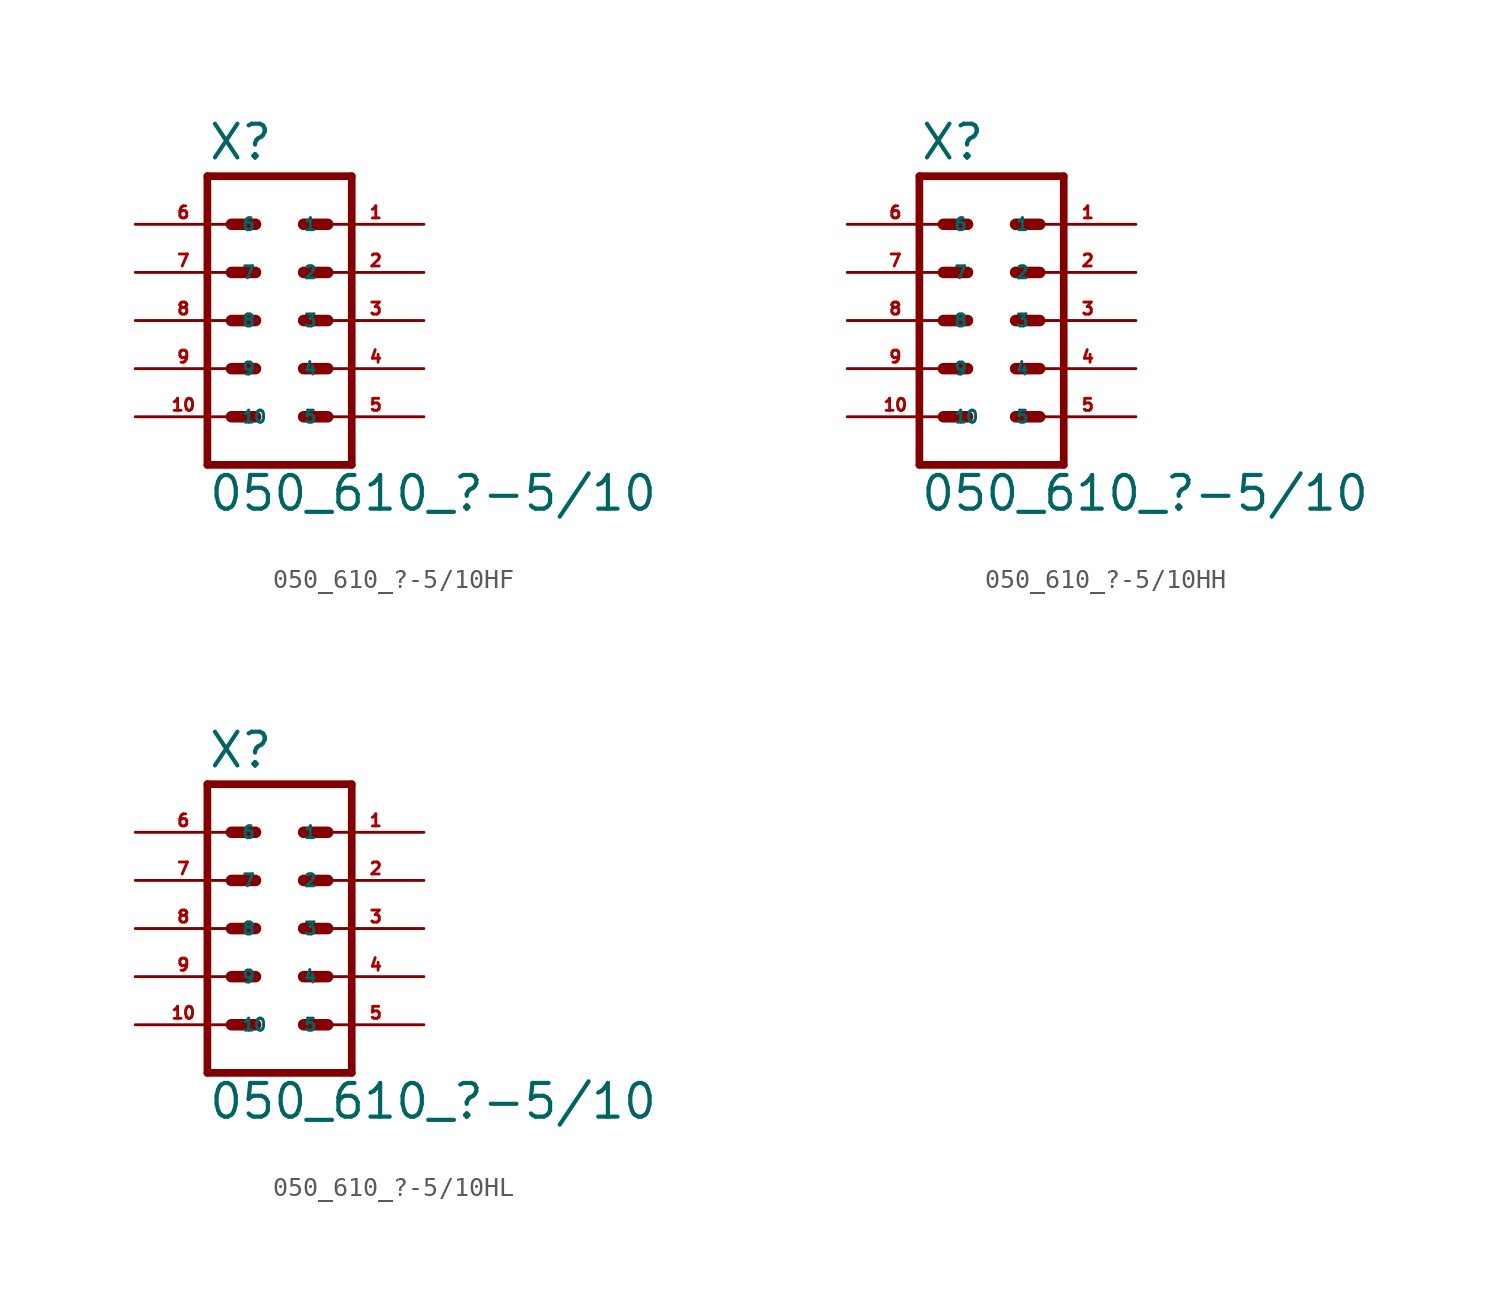
<source format=kicad_sym>
(kicad_symbol_lib
  (version 20220914)
  (generator Eagle2Kicad)
  (symbol "050_610_?-5/10HF"
    (property "Reference" "X"
      (at -3.81 8.382 0)
      (effects (font (size 1.778 1.778) (thickness 0.22)) (justify left bottom)))
    (property "Value" "050_610_?-5/10"
      (at -3.81 -10.16 0)
      (effects (font (size 1.778 1.778) (thickness 0.22)) (justify left bottom)))
    (polyline
      (pts (xy 3.81 -7.62) (xy -3.81 -7.62))
      (stroke (width 0.406) (type default))
      (fill (type none)))
    (polyline
      (pts (xy -3.81 7.62) (xy -3.81 -7.62))
      (stroke (width 0.406) (type default))
      (fill (type none)))
    (polyline
      (pts (xy 3.81 -7.62) (xy 3.81 7.62))
      (stroke (width 0.406) (type default))
      (fill (type none)))
    (polyline
      (pts (xy -3.81 7.62) (xy 3.81 7.62))
      (stroke (width 0.406) (type default))
      (fill (type none)))
    (polyline
      (pts (xy 1.27 5.08) (xy 2.54 5.08))
      (stroke (width 0.61) (type default))
      (fill (type none)))
    (polyline
      (pts (xy 1.27 2.54) (xy 2.54 2.54))
      (stroke (width 0.61) (type default))
      (fill (type none)))
    (polyline
      (pts (xy 1.27 0) (xy 2.54 0))
      (stroke (width 0.61) (type default))
      (fill (type none)))
    (polyline
      (pts (xy 1.27 -2.54) (xy 2.54 -2.54))
      (stroke (width 0.61) (type default))
      (fill (type none)))
    (polyline
      (pts (xy 1.27 -5.08) (xy 2.54 -5.08))
      (stroke (width 0.61) (type default))
      (fill (type none)))
    (polyline
      (pts (xy -2.54 5.08) (xy -1.27 5.08))
      (stroke (width 0.61) (type default))
      (fill (type none)))
    (polyline
      (pts (xy -2.54 2.54) (xy -1.27 2.54))
      (stroke (width 0.61) (type default))
      (fill (type none)))
    (polyline
      (pts (xy -2.54 0) (xy -1.27 0))
      (stroke (width 0.61) (type default))
      (fill (type none)))
    (polyline
      (pts (xy -2.54 -2.54) (xy -1.27 -2.54))
      (stroke (width 0.61) (type default))
      (fill (type none)))
    (polyline
      (pts (xy -2.54 -5.08) (xy -1.27 -5.08))
      (stroke (width 0.61) (type default))
      (fill (type none)))
    (pin passive line
      (at 7.62 5.08 180)
      (length 5.08)
      (name "1" (effects (font (size 0.635 0.635) (thickness 0.08)) (justify left bottom)))
      (number "1" (effects (font (size 0.635 0.635) (thickness 0.08)) (justify left bottom))))
    (pin passive line
      (at 7.62 2.54 180)
      (length 5.08)
      (name "2" (effects (font (size 0.635 0.635) (thickness 0.08)) (justify left bottom)))
      (number "2" (effects (font (size 0.635 0.635) (thickness 0.08)) (justify left bottom))))
    (pin passive line
      (at 7.62 0 180)
      (length 5.08)
      (name "3" (effects (font (size 0.635 0.635) (thickness 0.08)) (justify left bottom)))
      (number "3" (effects (font (size 0.635 0.635) (thickness 0.08)) (justify left bottom))))
    (pin passive line
      (at 7.62 -2.54 180)
      (length 5.08)
      (name "4" (effects (font (size 0.635 0.635) (thickness 0.08)) (justify left bottom)))
      (number "4" (effects (font (size 0.635 0.635) (thickness 0.08)) (justify left bottom))))
    (pin passive line
      (at 7.62 -5.08 180)
      (length 5.08)
      (name "5" (effects (font (size 0.635 0.635) (thickness 0.08)) (justify left bottom)))
      (number "5" (effects (font (size 0.635 0.635) (thickness 0.08)) (justify left bottom))))
    (pin passive line
      (at -7.62 5.08 0)
      (length 5.08)
      (name "6" (effects (font (size 0.635 0.635) (thickness 0.08)) (justify left bottom)))
      (number "6" (effects (font (size 0.635 0.635) (thickness 0.08)) (justify left bottom))))
    (pin passive line
      (at -7.62 2.54 0)
      (length 5.08)
      (name "7" (effects (font (size 0.635 0.635) (thickness 0.08)) (justify left bottom)))
      (number "7" (effects (font (size 0.635 0.635) (thickness 0.08)) (justify left bottom))))
    (pin passive line
      (at -7.62 0 0)
      (length 5.08)
      (name "8" (effects (font (size 0.635 0.635) (thickness 0.08)) (justify left bottom)))
      (number "8" (effects (font (size 0.635 0.635) (thickness 0.08)) (justify left bottom))))
    (pin passive line
      (at -7.62 -2.54 0)
      (length 5.08)
      (name "9" (effects (font (size 0.635 0.635) (thickness 0.08)) (justify left bottom)))
      (number "9" (effects (font (size 0.635 0.635) (thickness 0.08)) (justify left bottom))))
    (pin passive line
      (at -7.62 -5.08 0)
      (length 5.08)
      (name "10" (effects (font (size 0.635 0.635) (thickness 0.08)) (justify left bottom)))
      (number "10" (effects (font (size 0.635 0.635) (thickness 0.08)) (justify left bottom)))))
  (symbol "050_610_?-5/10HH"
    (property "Reference" "X"
      (at -3.81 8.382 0)
      (effects (font (size 1.778 1.778) (thickness 0.22)) (justify left bottom)))
    (property "Value" "050_610_?-5/10"
      (at -3.81 -10.16 0)
      (effects (font (size 1.778 1.778) (thickness 0.22)) (justify left bottom)))
    (polyline
      (pts (xy 3.81 -7.62) (xy -3.81 -7.62))
      (stroke (width 0.406) (type default))
      (fill (type none)))
    (polyline
      (pts (xy -3.81 7.62) (xy -3.81 -7.62))
      (stroke (width 0.406) (type default))
      (fill (type none)))
    (polyline
      (pts (xy 3.81 -7.62) (xy 3.81 7.62))
      (stroke (width 0.406) (type default))
      (fill (type none)))
    (polyline
      (pts (xy -3.81 7.62) (xy 3.81 7.62))
      (stroke (width 0.406) (type default))
      (fill (type none)))
    (polyline
      (pts (xy 1.27 5.08) (xy 2.54 5.08))
      (stroke (width 0.61) (type default))
      (fill (type none)))
    (polyline
      (pts (xy 1.27 2.54) (xy 2.54 2.54))
      (stroke (width 0.61) (type default))
      (fill (type none)))
    (polyline
      (pts (xy 1.27 0) (xy 2.54 0))
      (stroke (width 0.61) (type default))
      (fill (type none)))
    (polyline
      (pts (xy 1.27 -2.54) (xy 2.54 -2.54))
      (stroke (width 0.61) (type default))
      (fill (type none)))
    (polyline
      (pts (xy 1.27 -5.08) (xy 2.54 -5.08))
      (stroke (width 0.61) (type default))
      (fill (type none)))
    (polyline
      (pts (xy -2.54 5.08) (xy -1.27 5.08))
      (stroke (width 0.61) (type default))
      (fill (type none)))
    (polyline
      (pts (xy -2.54 2.54) (xy -1.27 2.54))
      (stroke (width 0.61) (type default))
      (fill (type none)))
    (polyline
      (pts (xy -2.54 0) (xy -1.27 0))
      (stroke (width 0.61) (type default))
      (fill (type none)))
    (polyline
      (pts (xy -2.54 -2.54) (xy -1.27 -2.54))
      (stroke (width 0.61) (type default))
      (fill (type none)))
    (polyline
      (pts (xy -2.54 -5.08) (xy -1.27 -5.08))
      (stroke (width 0.61) (type default))
      (fill (type none)))
    (pin passive line
      (at 7.62 5.08 180)
      (length 5.08)
      (name "1" (effects (font (size 0.635 0.635) (thickness 0.08)) (justify left bottom)))
      (number "1" (effects (font (size 0.635 0.635) (thickness 0.08)) (justify left bottom))))
    (pin passive line
      (at 7.62 2.54 180)
      (length 5.08)
      (name "2" (effects (font (size 0.635 0.635) (thickness 0.08)) (justify left bottom)))
      (number "2" (effects (font (size 0.635 0.635) (thickness 0.08)) (justify left bottom))))
    (pin passive line
      (at 7.62 0 180)
      (length 5.08)
      (name "3" (effects (font (size 0.635 0.635) (thickness 0.08)) (justify left bottom)))
      (number "3" (effects (font (size 0.635 0.635) (thickness 0.08)) (justify left bottom))))
    (pin passive line
      (at 7.62 -2.54 180)
      (length 5.08)
      (name "4" (effects (font (size 0.635 0.635) (thickness 0.08)) (justify left bottom)))
      (number "4" (effects (font (size 0.635 0.635) (thickness 0.08)) (justify left bottom))))
    (pin passive line
      (at 7.62 -5.08 180)
      (length 5.08)
      (name "5" (effects (font (size 0.635 0.635) (thickness 0.08)) (justify left bottom)))
      (number "5" (effects (font (size 0.635 0.635) (thickness 0.08)) (justify left bottom))))
    (pin passive line
      (at -7.62 5.08 0)
      (length 5.08)
      (name "6" (effects (font (size 0.635 0.635) (thickness 0.08)) (justify left bottom)))
      (number "6" (effects (font (size 0.635 0.635) (thickness 0.08)) (justify left bottom))))
    (pin passive line
      (at -7.62 2.54 0)
      (length 5.08)
      (name "7" (effects (font (size 0.635 0.635) (thickness 0.08)) (justify left bottom)))
      (number "7" (effects (font (size 0.635 0.635) (thickness 0.08)) (justify left bottom))))
    (pin passive line
      (at -7.62 0 0)
      (length 5.08)
      (name "8" (effects (font (size 0.635 0.635) (thickness 0.08)) (justify left bottom)))
      (number "8" (effects (font (size 0.635 0.635) (thickness 0.08)) (justify left bottom))))
    (pin passive line
      (at -7.62 -2.54 0)
      (length 5.08)
      (name "9" (effects (font (size 0.635 0.635) (thickness 0.08)) (justify left bottom)))
      (number "9" (effects (font (size 0.635 0.635) (thickness 0.08)) (justify left bottom))))
    (pin passive line
      (at -7.62 -5.08 0)
      (length 5.08)
      (name "10" (effects (font (size 0.635 0.635) (thickness 0.08)) (justify left bottom)))
      (number "10" (effects (font (size 0.635 0.635) (thickness 0.08)) (justify left bottom)))))
  (symbol "050_610_?-5/10HL"
    (property "Reference" "X"
      (at -3.81 8.382 0)
      (effects (font (size 1.778 1.778) (thickness 0.22)) (justify left bottom)))
    (property "Value" "050_610_?-5/10"
      (at -3.81 -10.16 0)
      (effects (font (size 1.778 1.778) (thickness 0.22)) (justify left bottom)))
    (polyline
      (pts (xy 3.81 -7.62) (xy -3.81 -7.62))
      (stroke (width 0.406) (type default))
      (fill (type none)))
    (polyline
      (pts (xy -3.81 7.62) (xy -3.81 -7.62))
      (stroke (width 0.406) (type default))
      (fill (type none)))
    (polyline
      (pts (xy 3.81 -7.62) (xy 3.81 7.62))
      (stroke (width 0.406) (type default))
      (fill (type none)))
    (polyline
      (pts (xy -3.81 7.62) (xy 3.81 7.62))
      (stroke (width 0.406) (type default))
      (fill (type none)))
    (polyline
      (pts (xy 1.27 5.08) (xy 2.54 5.08))
      (stroke (width 0.61) (type default))
      (fill (type none)))
    (polyline
      (pts (xy 1.27 2.54) (xy 2.54 2.54))
      (stroke (width 0.61) (type default))
      (fill (type none)))
    (polyline
      (pts (xy 1.27 0) (xy 2.54 0))
      (stroke (width 0.61) (type default))
      (fill (type none)))
    (polyline
      (pts (xy 1.27 -2.54) (xy 2.54 -2.54))
      (stroke (width 0.61) (type default))
      (fill (type none)))
    (polyline
      (pts (xy 1.27 -5.08) (xy 2.54 -5.08))
      (stroke (width 0.61) (type default))
      (fill (type none)))
    (polyline
      (pts (xy -2.54 5.08) (xy -1.27 5.08))
      (stroke (width 0.61) (type default))
      (fill (type none)))
    (polyline
      (pts (xy -2.54 2.54) (xy -1.27 2.54))
      (stroke (width 0.61) (type default))
      (fill (type none)))
    (polyline
      (pts (xy -2.54 0) (xy -1.27 0))
      (stroke (width 0.61) (type default))
      (fill (type none)))
    (polyline
      (pts (xy -2.54 -2.54) (xy -1.27 -2.54))
      (stroke (width 0.61) (type default))
      (fill (type none)))
    (polyline
      (pts (xy -2.54 -5.08) (xy -1.27 -5.08))
      (stroke (width 0.61) (type default))
      (fill (type none)))
    (pin passive line
      (at 7.62 5.08 180)
      (length 5.08)
      (name "1" (effects (font (size 0.635 0.635) (thickness 0.08)) (justify left bottom)))
      (number "1" (effects (font (size 0.635 0.635) (thickness 0.08)) (justify left bottom))))
    (pin passive line
      (at 7.62 2.54 180)
      (length 5.08)
      (name "2" (effects (font (size 0.635 0.635) (thickness 0.08)) (justify left bottom)))
      (number "2" (effects (font (size 0.635 0.635) (thickness 0.08)) (justify left bottom))))
    (pin passive line
      (at 7.62 0 180)
      (length 5.08)
      (name "3" (effects (font (size 0.635 0.635) (thickness 0.08)) (justify left bottom)))
      (number "3" (effects (font (size 0.635 0.635) (thickness 0.08)) (justify left bottom))))
    (pin passive line
      (at 7.62 -2.54 180)
      (length 5.08)
      (name "4" (effects (font (size 0.635 0.635) (thickness 0.08)) (justify left bottom)))
      (number "4" (effects (font (size 0.635 0.635) (thickness 0.08)) (justify left bottom))))
    (pin passive line
      (at 7.62 -5.08 180)
      (length 5.08)
      (name "5" (effects (font (size 0.635 0.635) (thickness 0.08)) (justify left bottom)))
      (number "5" (effects (font (size 0.635 0.635) (thickness 0.08)) (justify left bottom))))
    (pin passive line
      (at -7.62 5.08 0)
      (length 5.08)
      (name "6" (effects (font (size 0.635 0.635) (thickness 0.08)) (justify left bottom)))
      (number "6" (effects (font (size 0.635 0.635) (thickness 0.08)) (justify left bottom))))
    (pin passive line
      (at -7.62 2.54 0)
      (length 5.08)
      (name "7" (effects (font (size 0.635 0.635) (thickness 0.08)) (justify left bottom)))
      (number "7" (effects (font (size 0.635 0.635) (thickness 0.08)) (justify left bottom))))
    (pin passive line
      (at -7.62 0 0)
      (length 5.08)
      (name "8" (effects (font (size 0.635 0.635) (thickness 0.08)) (justify left bottom)))
      (number "8" (effects (font (size 0.635 0.635) (thickness 0.08)) (justify left bottom))))
    (pin passive line
      (at -7.62 -2.54 0)
      (length 5.08)
      (name "9" (effects (font (size 0.635 0.635) (thickness 0.08)) (justify left bottom)))
      (number "9" (effects (font (size 0.635 0.635) (thickness 0.08)) (justify left bottom))))
    (pin passive line
      (at -7.62 -5.08 0)
      (length 5.08)
      (name "10" (effects (font (size 0.635 0.635) (thickness 0.08)) (justify left bottom)))
      (number "10" (effects (font (size 0.635 0.635) (thickness 0.08)) (justify left bottom))))))
</source>
